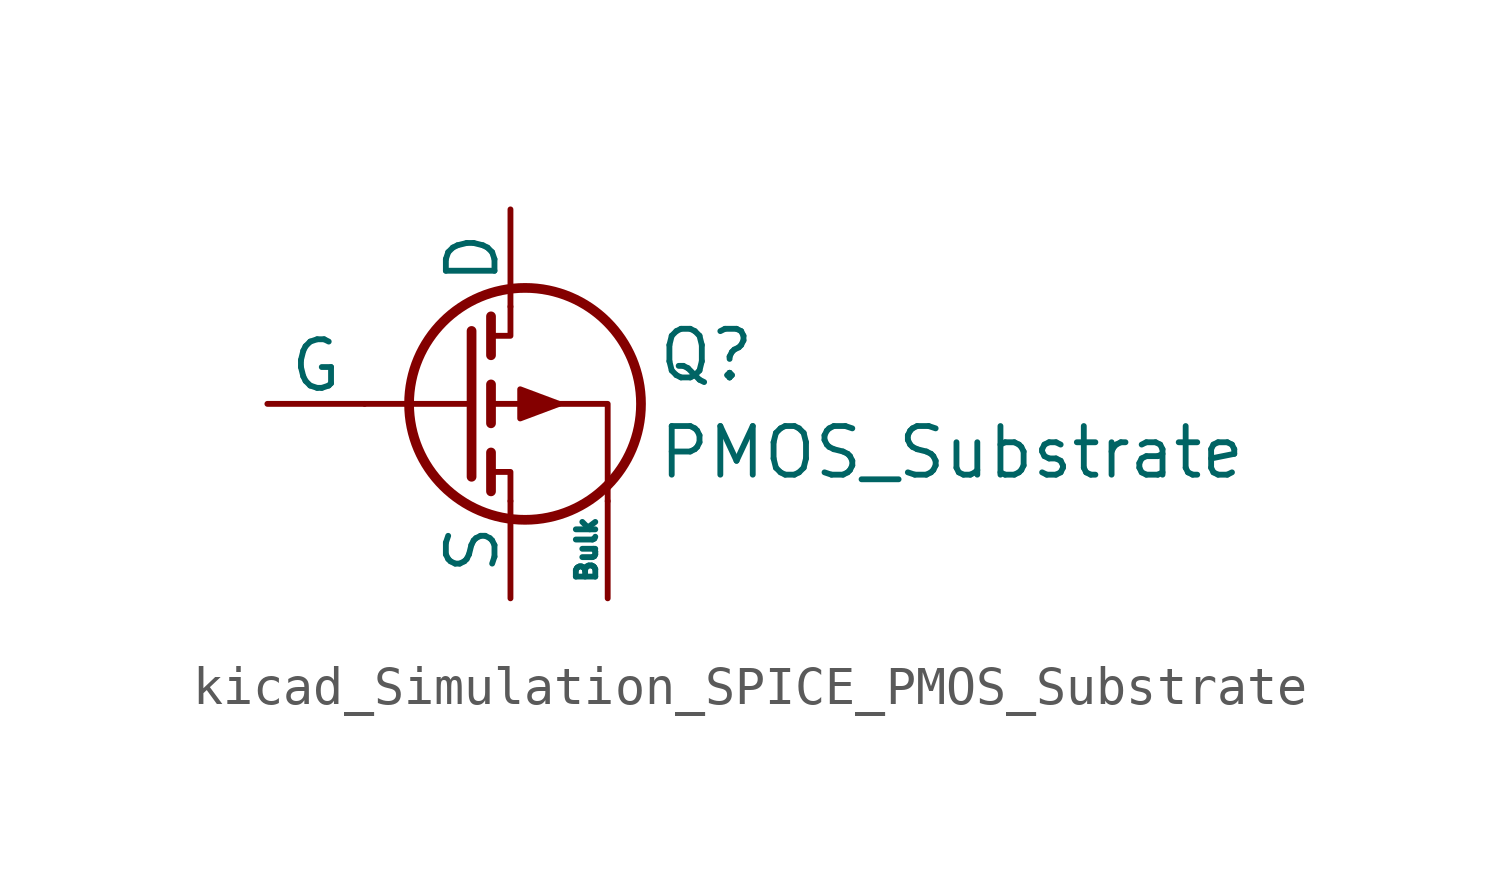
<source format=kicad_sym>
(kicad_symbol_lib
  (version 20220914)
  (generator kicad_symbol_editor)
  (symbol "kicad_Simulation_SPICE_PMOS_Substrate"
    (pin_numbers hide)
    (pin_names
      (offset 0))
    (property "Reference" "Q"
      (at 6.35 1.27 0)
      (effects (font (size 1.27 1.27)) (justify left)))
    (property "Value" "PMOS_Substrate"
      (at 6.35 -1.27 0)
      (effects (font (size 1.27 1.27)) (justify left)))
    (symbol "kicad_Simulation_SPICE_PMOS_Substrate_0_1"
      (polyline (pts (xy 1.524 0) (xy -1.27 0)) (stroke (width 0) (type default)) (fill (type none)))
      (polyline (pts (xy 1.524 1.905) (xy 1.524 -1.905)) (stroke (width 0.254) (type default)) (fill (type none)))
      (polyline (pts (xy 2.032 -1.27) (xy 2.032 -2.286)) (stroke (width 0.254) (type default)) (fill (type none)))
      (polyline (pts (xy 2.032 0.508) (xy 2.032 -0.508)) (stroke (width 0.254) (type default)) (fill (type none)))
      (polyline (pts (xy 2.032 2.286) (xy 2.032 1.27)) (stroke (width 0.254) (type default)) (fill (type none)))
      (polyline (pts (xy 2.032 1.778) (xy 2.54 1.778) (xy 2.54 2.54)) (stroke (width 0) (type default)) (fill (type none)))
      (polyline (pts (xy 2.54 -2.54) (xy 2.54 -1.778) (xy 2.032 -1.778)) (stroke (width 0) (type default)) (fill (type none)))
      (polyline (pts (xy 5.08 -2.54) (xy 5.08 0) (xy 2.032 0)) (stroke (width 0) (type default)) (fill (type none)))
      (polyline (pts (xy 3.81 0) (xy 2.794 0.381) (xy 2.794 -0.381) (xy 3.81 0)) (stroke (width 0) (type default)) (fill (type outline)))
      (circle (center 2.921 0) (radius 3.029) (stroke (width 0.254) (type default)) (fill (type none))))
    (symbol "kicad_Simulation_SPICE_PMOS_Substrate_1_1"
      (pin passive line (at 2.54 5.08 270) (length 2.54) (name "D" (effects (font (size 1.27 1.27)))) (number "1" (effects (font (size 1.27 1.27)))))
      (pin input line (at -3.81 0 0) (length 2.54) (name "G" (effects (font (size 1.27 1.27)))) (number "2" (effects (font (size 1.27 1.27)))))
      (pin passive line (at 2.54 -5.08 90) (length 2.54) (name "S" (effects (font (size 1.27 1.27)))) (number "3" (effects (font (size 1.27 1.27)))))
      (pin input line (at 5.08 -5.08 90) (length 2.54) (name "Bulk" (effects (font (size 0.508 0.508)))) (number "4" (effects (font (size 1.27 1.27))))))))
</source>
